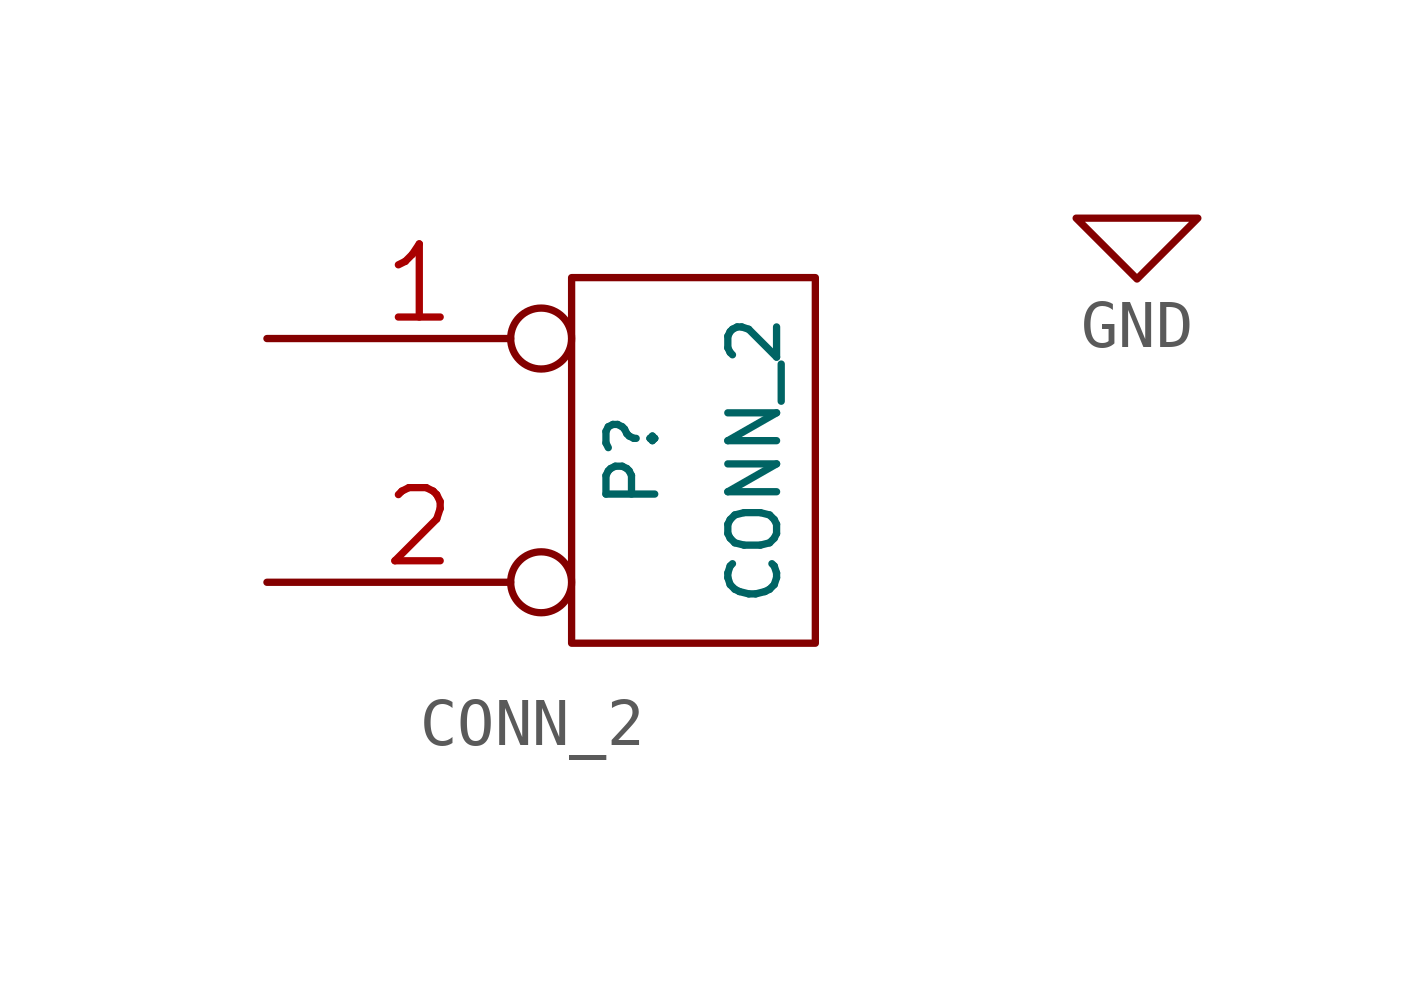
<source format=kicad_sym>
(kicad_symbol_lib
  (version 20201005)
  (generator kicad_symbol_editor)
  (symbol "kit-coldfire_schlib:CONN_2"
    (pin_names
      (offset 1.016) hide)
    (property "Reference" "P"
      (at -1.27 0 90)
      (effects (font (size 1.016 1.016))))
    (property "Value" "CONN_2"
      (at 1.27 0 90)
      (effects (font (size 1.016 1.016))))
    (property "Footprint" ""
      (at 0 0 0)
      (effects (font (size 1.524 1.524))))
    (property "Datasheet" ""
      (at 0 0 0)
      (effects (font (size 1.524 1.524))))
    (symbol "CONN_2_0_1"
      (rectangle (start -2.54 3.81) (end 2.54 -3.81) (stroke (width 0)) (fill (type none))))
    (symbol "CONN_2_1_1"
      (pin passive inverted (at -8.89 2.54 0) (length 6.35) (name "P1" (effects (font (size 1.524 1.524)))) (number "1" (effects (font (size 1.524 1.524)))))
      (pin passive inverted (at -8.89 -2.54 0) (length 6.35) (name "PM" (effects (font (size 1.524 1.524)))) (number "2" (effects (font (size 1.524 1.524)))))))
  (symbol "kit-coldfire_schlib:GND"
    (power)
    (pin_names
      (offset 0))
    (property "Reference" "#PWR"
      (at 0 0 0)
      (effects (font (size 0.762 0.762)) hide))
    (property "Footprint" ""
      (at 0 0 0)
      (effects (font (size 1.524 1.524))))
    (property "Datasheet" ""
      (at 0 0 0)
      (effects (font (size 1.524 1.524))))
    (symbol "GND_0_1"
      (polyline (pts (xy -1.27 0) (xy 0 -1.27) (xy 1.27 0) (xy -1.27 0)) (stroke (width 0)) (fill (type none))))
    (symbol "GND_1_1"
      (pin power_in line (at 0 0 90) (length 0) hide (name "GND" (effects (font (size 0.762 0.762)))) (number "1" (effects (font (size 0.762 0.762))))))))
</source>
